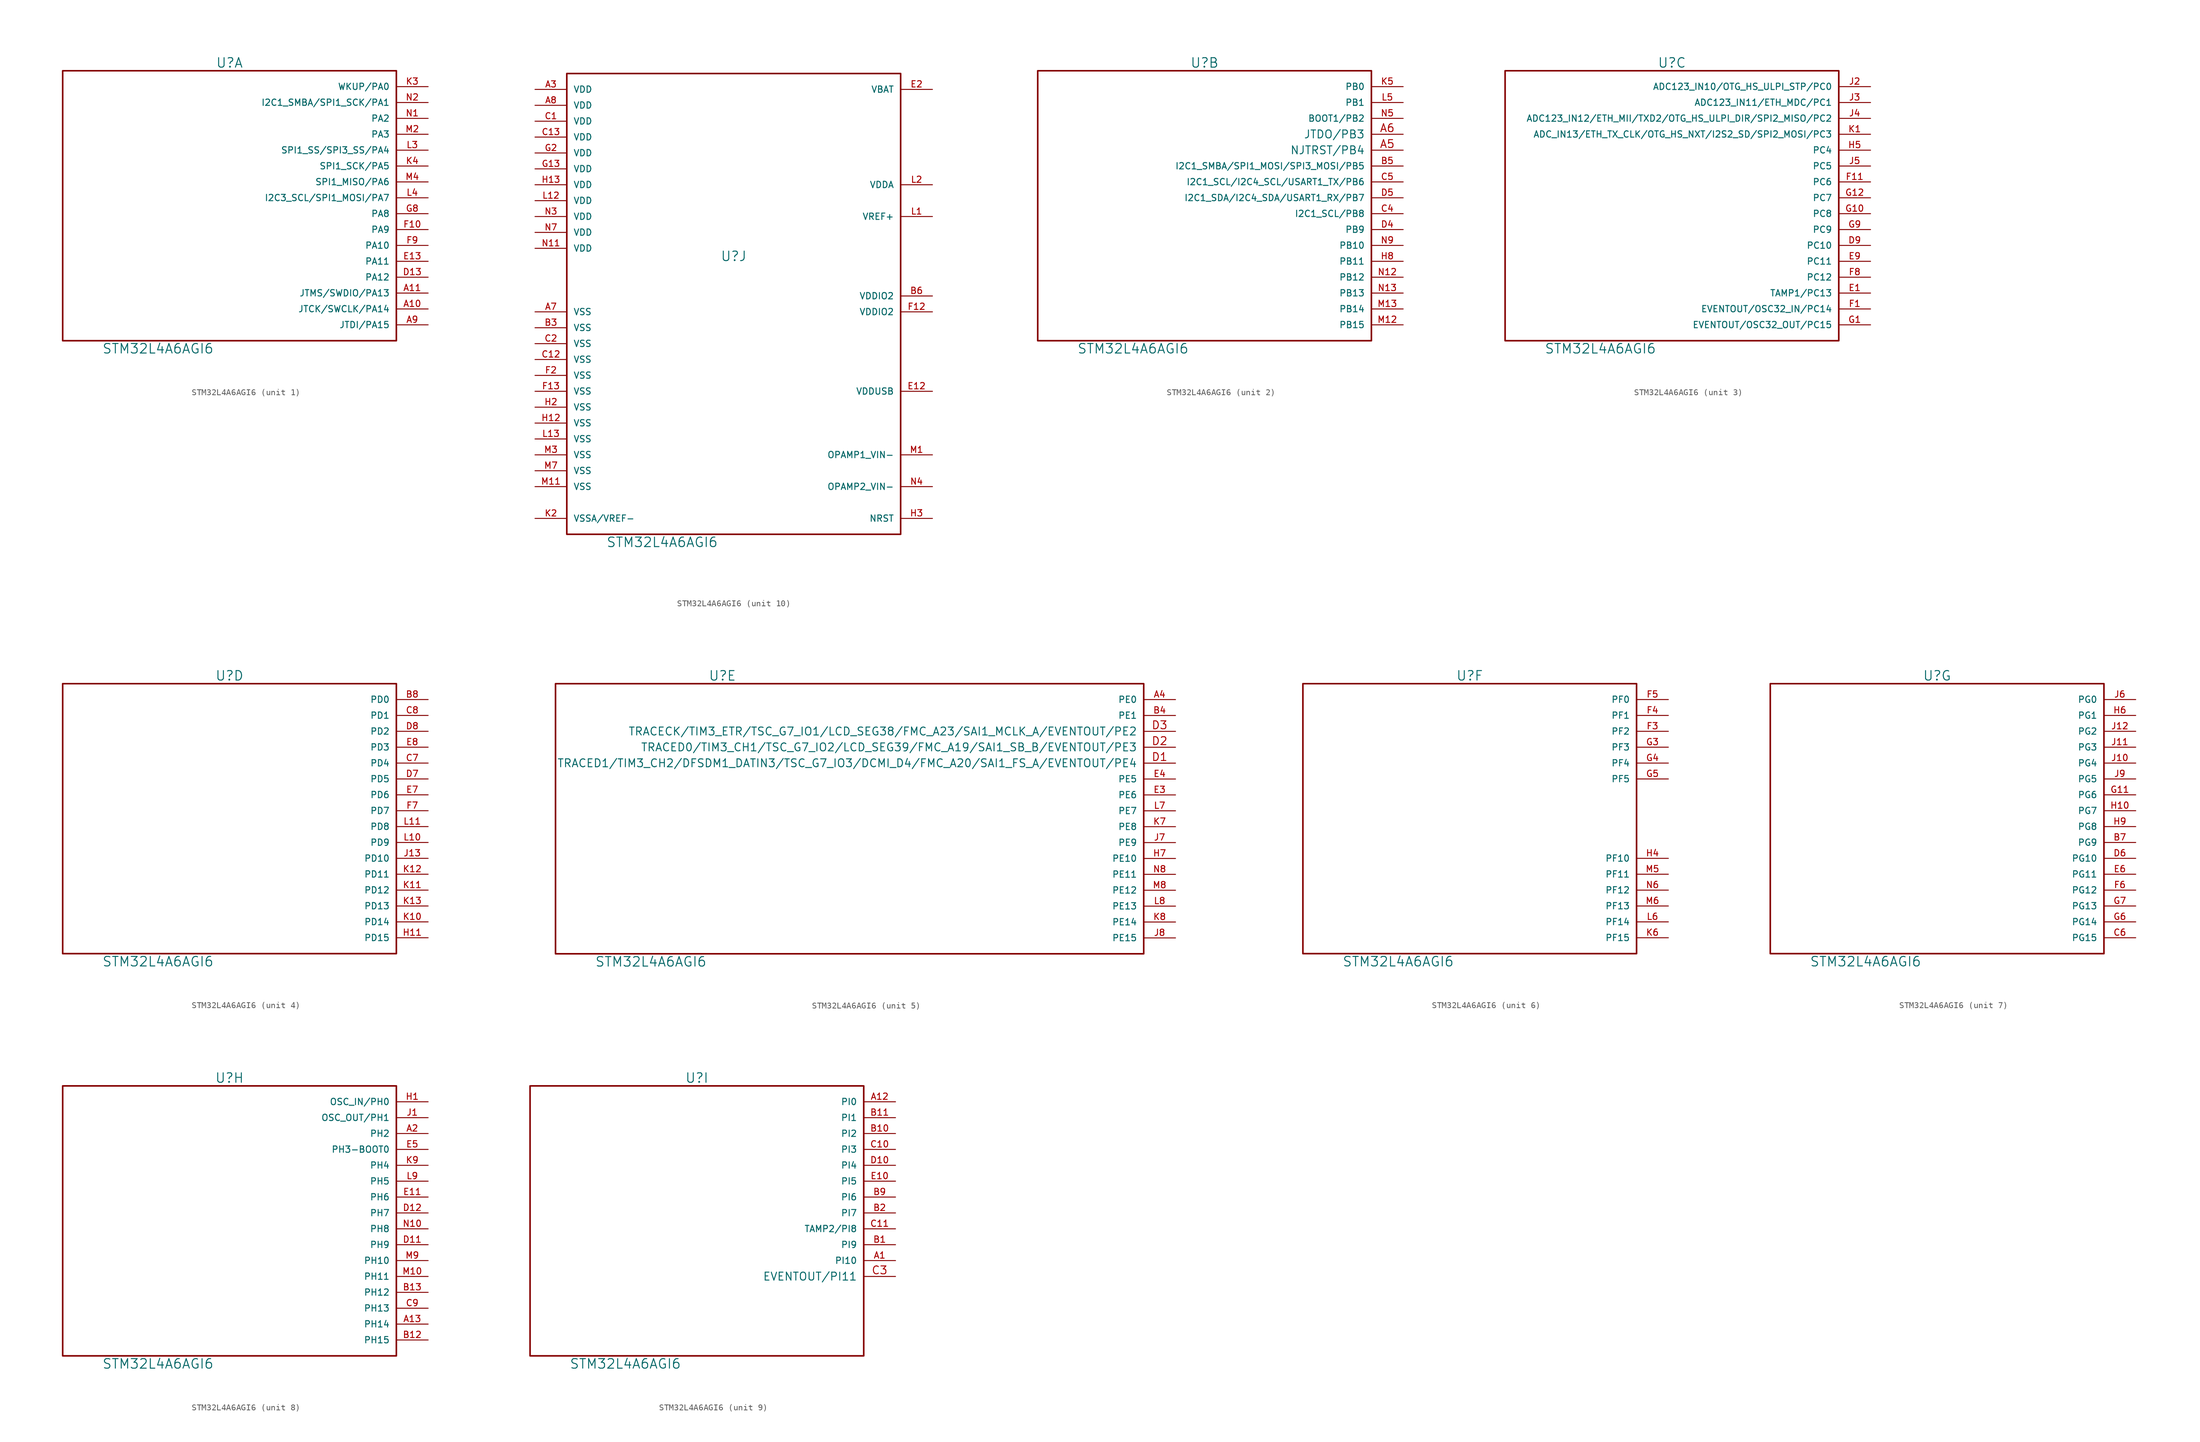
<source format=kicad_sym>
(kicad_symbol_lib
  (version 20220914)
  (generator kicad_symbol_editor)
  (symbol "STM32L4A6AGI6"
    (pin_names
      (offset 1.016))
    (property "Reference" "U"
      (at 26.67 44.45 0)
      (effects (font (size 1.524 1.524))))
    (property "Value" "STM32L4A6AGI6"
      (at 15.24 -1.27 0)
      (effects (font (size 1.524 1.524))))
    (property "ki_locked" ""
      (at 0 0 0)
      (effects (font (size 1.27 1.27))))
    (symbol "STM32L4A6AGI6_1_1"
      (rectangle (start 0 43.18) (end 53.34 0) (stroke (width 0.254) (type solid)) (fill (type none)))
      (pin bidirectional line (at 58.42 5.08 180) (length 5.08) (name "JTCK/SWCLK/PA14" (effects (font (size 1.016 1.016)))) (number "A10" (effects (font (size 1.016 1.016)))))
      (pin bidirectional line (at 58.42 7.62 180) (length 5.08) (name "JTMS/SWDIO/PA13" (effects (font (size 1.016 1.016)))) (number "A11" (effects (font (size 1.016 1.016)))))
      (pin bidirectional line (at 58.42 2.54 180) (length 5.08) (name "JTDI/PA15" (effects (font (size 1.016 1.016)))) (number "A9" (effects (font (size 1.016 1.016)))))
      (pin bidirectional line (at 58.42 10.16 180) (length 5.08) (name "PA12" (effects (font (size 1.016 1.016)))) (number "D13" (effects (font (size 1.016 1.016)))))
      (pin bidirectional line (at 58.42 12.7 180) (length 5.08) (name "PA11" (effects (font (size 1.016 1.016)))) (number "E13" (effects (font (size 1.016 1.016)))))
      (pin bidirectional line (at 58.42 17.78 180) (length 5.08) (name "PA9" (effects (font (size 1.016 1.016)))) (number "F10" (effects (font (size 1.016 1.016)))))
      (pin bidirectional line (at 58.42 15.24 180) (length 5.08) (name "PA10" (effects (font (size 1.016 1.016)))) (number "F9" (effects (font (size 1.016 1.016)))))
      (pin bidirectional line (at 58.42 20.32 180) (length 5.08) (name "PA8" (effects (font (size 1.016 1.016)))) (number "G8" (effects (font (size 1.016 1.016)))))
      (pin bidirectional line (at 58.42 40.64 180) (length 5.08) (name "WKUP/PA0" (effects (font (size 1.016 1.016)))) (number "K3" (effects (font (size 1.016 1.016)))))
      (pin bidirectional line (at 58.42 27.94 180) (length 5.08) (name "SPI1_SCK/PA5" (effects (font (size 1.016 1.016)))) (number "K4" (effects (font (size 1.016 1.016)))))
      (pin bidirectional line (at 58.42 30.48 180) (length 5.08) (name "SPI1_SS/SPI3_SS/PA4" (effects (font (size 1.016 1.016)))) (number "L3" (effects (font (size 1.016 1.016)))))
      (pin bidirectional line (at 58.42 22.86 180) (length 5.08) (name "I2C3_SCL/SPI1_MOSI/PA7" (effects (font (size 1.016 1.016)))) (number "L4" (effects (font (size 1.016 1.016)))))
      (pin bidirectional line (at 58.42 33.02 180) (length 5.08) (name "PA3" (effects (font (size 1.016 1.016)))) (number "M2" (effects (font (size 1.016 1.016)))))
      (pin bidirectional line (at 58.42 25.4 180) (length 5.08) (name "SPI1_MISO/PA6" (effects (font (size 1.016 1.016)))) (number "M4" (effects (font (size 1.016 1.016)))))
      (pin bidirectional line (at 58.42 35.56 180) (length 5.08) (name "PA2" (effects (font (size 1.016 1.016)))) (number "N1" (effects (font (size 1.016 1.016)))))
      (pin bidirectional line (at 58.42 38.1 180) (length 5.08) (name "I2C1_SMBA/SPI1_SCK/PA1" (effects (font (size 1.016 1.016)))) (number "N2" (effects (font (size 1.016 1.016))))))
    (symbol "STM32L4A6AGI6_2_1"
      (rectangle (start 53.34 0) (end 0 43.18) (stroke (width 0.254) (type solid)) (fill (type none)))
      (pin bidirectional line (at 58.42 30.48 180) (length 5.08) (name "NJTRST/PB4" (effects (font (size 1.27 1.27)))) (number "A5" (effects (font (size 1.27 1.27)))))
      (pin bidirectional line (at 58.42 33.02 180) (length 5.08) (name "JTDO/PB3" (effects (font (size 1.27 1.27)))) (number "A6" (effects (font (size 1.27 1.27)))))
      (pin bidirectional line (at 58.42 27.94 180) (length 5.08) (name "I2C1_SMBA/SPI1_MOSI/SPI3_MOSI/PB5" (effects (font (size 1.016 1.016)))) (number "B5" (effects (font (size 1.016 1.016)))))
      (pin bidirectional line (at 58.42 20.32 180) (length 5.08) (name "I2C1_SCL/PB8" (effects (font (size 1.016 1.016)))) (number "C4" (effects (font (size 1.016 1.016)))))
      (pin bidirectional line (at 58.42 25.4 180) (length 5.08) (name "I2C1_SCL/I2C4_SCL/USART1_TX/PB6" (effects (font (size 1.016 1.016)))) (number "C5" (effects (font (size 1.016 1.016)))))
      (pin bidirectional line (at 58.42 17.78 180) (length 5.08) (name "PB9" (effects (font (size 1.016 1.016)))) (number "D4" (effects (font (size 1.016 1.016)))))
      (pin bidirectional line (at 58.42 22.86 180) (length 5.08) (name "I2C1_SDA/I2C4_SDA/USART1_RX/PB7" (effects (font (size 1.016 1.016)))) (number "D5" (effects (font (size 1.016 1.016)))))
      (pin bidirectional line (at 58.42 12.7 180) (length 5.08) (name "PB11" (effects (font (size 1.016 1.016)))) (number "H8" (effects (font (size 1.016 1.016)))))
      (pin bidirectional line (at 58.42 40.64 180) (length 5.08) (name "PB0" (effects (font (size 1.016 1.016)))) (number "K5" (effects (font (size 1.016 1.016)))))
      (pin bidirectional line (at 58.42 38.1 180) (length 5.08) (name "PB1" (effects (font (size 1.016 1.016)))) (number "L5" (effects (font (size 1.016 1.016)))))
      (pin bidirectional line (at 58.42 2.54 180) (length 5.08) (name "PB15" (effects (font (size 1.016 1.016)))) (number "M12" (effects (font (size 1.016 1.016)))))
      (pin bidirectional line (at 58.42 5.08 180) (length 5.08) (name "PB14" (effects (font (size 1.016 1.016)))) (number "M13" (effects (font (size 1.016 1.016)))))
      (pin bidirectional line (at 58.42 10.16 180) (length 5.08) (name "PB12" (effects (font (size 1.016 1.016)))) (number "N12" (effects (font (size 1.016 1.016)))))
      (pin bidirectional line (at 58.42 7.62 180) (length 5.08) (name "PB13" (effects (font (size 1.016 1.016)))) (number "N13" (effects (font (size 1.016 1.016)))))
      (pin bidirectional line (at 58.42 35.56 180) (length 5.08) (name "BOOT1/PB2" (effects (font (size 1.016 1.016)))) (number "N5" (effects (font (size 1.016 1.016)))))
      (pin bidirectional line (at 58.42 15.24 180) (length 5.08) (name "PB10" (effects (font (size 1.016 1.016)))) (number "N9" (effects (font (size 1.016 1.016))))))
    (symbol "STM32L4A6AGI6_3_1"
      (rectangle (start 53.34 0) (end 0 43.18) (stroke (width 0.254) (type solid)) (fill (type none)))
      (pin bidirectional line (at 58.42 15.24 180) (length 5.08) (name "PC10" (effects (font (size 1.016 1.016)))) (number "D9" (effects (font (size 1.016 1.016)))))
      (pin bidirectional line (at 58.42 7.62 180) (length 5.08) (name "TAMP1/PC13" (effects (font (size 1.016 1.016)))) (number "E1" (effects (font (size 1.016 1.016)))))
      (pin bidirectional line (at 58.42 12.7 180) (length 5.08) (name "PC11" (effects (font (size 1.016 1.016)))) (number "E9" (effects (font (size 1.016 1.016)))))
      (pin bidirectional line (at 58.42 5.08 180) (length 5.08) (name "EVENTOUT/OSC32_IN/PC14" (effects (font (size 1.016 1.016)))) (number "F1" (effects (font (size 1.016 1.016)))))
      (pin bidirectional line (at 58.42 25.4 180) (length 5.08) (name "PC6" (effects (font (size 1.016 1.016)))) (number "F11" (effects (font (size 1.016 1.016)))))
      (pin bidirectional line (at 58.42 10.16 180) (length 5.08) (name "PC12" (effects (font (size 1.016 1.016)))) (number "F8" (effects (font (size 1.016 1.016)))))
      (pin bidirectional line (at 58.42 2.54 180) (length 5.08) (name "EVENTOUT/OSC32_OUT/PC15" (effects (font (size 1.016 1.016)))) (number "G1" (effects (font (size 1.016 1.016)))))
      (pin bidirectional line (at 58.42 20.32 180) (length 5.08) (name "PC8" (effects (font (size 1.016 1.016)))) (number "G10" (effects (font (size 1.016 1.016)))))
      (pin bidirectional line (at 58.42 22.86 180) (length 5.08) (name "PC7" (effects (font (size 1.016 1.016)))) (number "G12" (effects (font (size 1.016 1.016)))))
      (pin bidirectional line (at 58.42 17.78 180) (length 5.08) (name "PC9" (effects (font (size 1.016 1.016)))) (number "G9" (effects (font (size 1.016 1.016)))))
      (pin bidirectional line (at 58.42 30.48 180) (length 5.08) (name "PC4" (effects (font (size 1.016 1.016)))) (number "H5" (effects (font (size 1.016 1.016)))))
      (pin bidirectional line (at 58.42 40.64 180) (length 5.08) (name "ADC123_IN10/OTG_HS_ULPI_STP/PC0" (effects (font (size 1.016 1.016)))) (number "J2" (effects (font (size 1.016 1.016)))))
      (pin bidirectional line (at 58.42 38.1 180) (length 5.08) (name "ADC123_IN11/ETH_MDC/PC1" (effects (font (size 1.016 1.016)))) (number "J3" (effects (font (size 1.016 1.016)))))
      (pin bidirectional line (at 58.42 35.56 180) (length 5.08) (name "ADC123_IN12/ETH_MII/TXD2/OTG_HS_ULPI_DIR/SPI2_MISO/PC2" (effects (font (size 1.016 1.016)))) (number "J4" (effects (font (size 1.016 1.016)))))
      (pin bidirectional line (at 58.42 27.94 180) (length 5.08) (name "PC5" (effects (font (size 1.016 1.016)))) (number "J5" (effects (font (size 1.016 1.016)))))
      (pin bidirectional line (at 58.42 33.02 180) (length 5.08) (name "ADC_IN13/ETH_TX_CLK/OTG_HS_NXT/I2S2_SD/SPI2_MOSI/PC3" (effects (font (size 1.016 1.016)))) (number "K1" (effects (font (size 1.016 1.016))))))
    (symbol "STM32L4A6AGI6_4_1"
      (rectangle (start 53.34 0) (end 0 43.18) (stroke (width 0.254) (type solid)) (fill (type none)))
      (pin bidirectional line (at 58.42 40.64 180) (length 5.08) (name "PD0" (effects (font (size 1.016 1.016)))) (number "B8" (effects (font (size 1.016 1.016)))))
      (pin bidirectional line (at 58.42 30.48 180) (length 5.08) (name "PD4" (effects (font (size 1.016 1.016)))) (number "C7" (effects (font (size 1.016 1.016)))))
      (pin bidirectional line (at 58.42 38.1 180) (length 5.08) (name "PD1" (effects (font (size 1.016 1.016)))) (number "C8" (effects (font (size 1.016 1.016)))))
      (pin bidirectional line (at 58.42 27.94 180) (length 5.08) (name "PD5" (effects (font (size 1.016 1.016)))) (number "D7" (effects (font (size 1.016 1.016)))))
      (pin bidirectional line (at 58.42 35.56 180) (length 5.08) (name "PD2" (effects (font (size 1.016 1.016)))) (number "D8" (effects (font (size 1.016 1.016)))))
      (pin bidirectional line (at 58.42 25.4 180) (length 5.08) (name "PD6" (effects (font (size 1.016 1.016)))) (number "E7" (effects (font (size 1.016 1.016)))))
      (pin bidirectional line (at 58.42 33.02 180) (length 5.08) (name "PD3" (effects (font (size 1.016 1.016)))) (number "E8" (effects (font (size 1.016 1.016)))))
      (pin bidirectional line (at 58.42 22.86 180) (length 5.08) (name "PD7" (effects (font (size 1.016 1.016)))) (number "F7" (effects (font (size 1.016 1.016)))))
      (pin bidirectional line (at 58.42 2.54 180) (length 5.08) (name "PD15" (effects (font (size 1.016 1.016)))) (number "H11" (effects (font (size 1.016 1.016)))))
      (pin bidirectional line (at 58.42 15.24 180) (length 5.08) (name "PD10" (effects (font (size 1.016 1.016)))) (number "J13" (effects (font (size 1.016 1.016)))))
      (pin bidirectional line (at 58.42 5.08 180) (length 5.08) (name "PD14" (effects (font (size 1.016 1.016)))) (number "K10" (effects (font (size 1.016 1.016)))))
      (pin bidirectional line (at 58.42 10.16 180) (length 5.08) (name "PD12" (effects (font (size 1.016 1.016)))) (number "K11" (effects (font (size 1.016 1.016)))))
      (pin bidirectional line (at 58.42 12.7 180) (length 5.08) (name "PD11" (effects (font (size 1.016 1.016)))) (number "K12" (effects (font (size 1.016 1.016)))))
      (pin bidirectional line (at 58.42 7.62 180) (length 5.08) (name "PD13" (effects (font (size 1.016 1.016)))) (number "K13" (effects (font (size 1.016 1.016)))))
      (pin bidirectional line (at 58.42 17.78 180) (length 5.08) (name "PD9" (effects (font (size 1.016 1.016)))) (number "L10" (effects (font (size 1.016 1.016)))))
      (pin bidirectional line (at 58.42 20.32 180) (length 5.08) (name "PD8" (effects (font (size 1.016 1.016)))) (number "L11" (effects (font (size 1.016 1.016))))))
    (symbol "STM32L4A6AGI6_5_1"
      (rectangle (start 0 43.18) (end 93.98 0) (stroke (width 0.254) (type solid)) (fill (type none)))
      (pin bidirectional line (at 99.06 40.64 180) (length 5.08) (name "PE0" (effects (font (size 1.016 1.016)))) (number "A4" (effects (font (size 1.016 1.016)))))
      (pin bidirectional line (at 99.06 38.1 180) (length 5.08) (name "PE1" (effects (font (size 1.016 1.016)))) (number "B4" (effects (font (size 1.016 1.016)))))
      (pin bidirectional line (at 99.06 30.48 180) (length 5.08) (name "TRACED1/TIM3_CH2/DFSDM1_DATIN3/TSC_G7_IO3/DCMI_D4/FMC_A20/SAI1_FS_A/EVENTOUT/PE4" (effects (font (size 1.27 1.27)))) (number "D1" (effects (font (size 1.27 1.27)))))
      (pin bidirectional line (at 99.06 33.02 180) (length 5.08) (name "TRACED0/TIM3_CH1/TSC_G7_IO2/LCD_SEG39/FMC_A19/SAI1_SB_B/EVENTOUT/PE3" (effects (font (size 1.27 1.27)))) (number "D2" (effects (font (size 1.27 1.27)))))
      (pin bidirectional line (at 99.06 35.56 180) (length 5.08) (name "TRACECK/TIM3_ETR/TSC_G7_IO1/LCD_SEG38/FMC_A23/SAI1_MCLK_A/EVENTOUT/PE2" (effects (font (size 1.27 1.27)))) (number "D3" (effects (font (size 1.27 1.27)))))
      (pin bidirectional line (at 99.06 25.4 180) (length 5.08) (name "PE6" (effects (font (size 1.016 1.016)))) (number "E3" (effects (font (size 1.016 1.016)))))
      (pin bidirectional line (at 99.06 27.94 180) (length 5.08) (name "PE5" (effects (font (size 1.016 1.016)))) (number "E4" (effects (font (size 1.016 1.016)))))
      (pin bidirectional line (at 99.06 15.24 180) (length 5.08) (name "PE10" (effects (font (size 1.016 1.016)))) (number "H7" (effects (font (size 1.016 1.016)))))
      (pin bidirectional line (at 99.06 17.78 180) (length 5.08) (name "PE9" (effects (font (size 1.016 1.016)))) (number "J7" (effects (font (size 1.016 1.016)))))
      (pin bidirectional line (at 99.06 2.54 180) (length 5.08) (name "PE15" (effects (font (size 1.016 1.016)))) (number "J8" (effects (font (size 1.016 1.016)))))
      (pin bidirectional line (at 99.06 20.32 180) (length 5.08) (name "PE8" (effects (font (size 1.016 1.016)))) (number "K7" (effects (font (size 1.016 1.016)))))
      (pin bidirectional line (at 99.06 5.08 180) (length 5.08) (name "PE14" (effects (font (size 1.016 1.016)))) (number "K8" (effects (font (size 1.016 1.016)))))
      (pin bidirectional line (at 99.06 22.86 180) (length 5.08) (name "PE7" (effects (font (size 1.016 1.016)))) (number "L7" (effects (font (size 1.016 1.016)))))
      (pin bidirectional line (at 99.06 7.62 180) (length 5.08) (name "PE13" (effects (font (size 1.016 1.016)))) (number "L8" (effects (font (size 1.016 1.016)))))
      (pin bidirectional line (at 99.06 10.16 180) (length 5.08) (name "PE12" (effects (font (size 1.016 1.016)))) (number "M8" (effects (font (size 1.016 1.016)))))
      (pin bidirectional line (at 99.06 12.7 180) (length 5.08) (name "PE11" (effects (font (size 1.016 1.016)))) (number "N8" (effects (font (size 1.016 1.016))))))
    (symbol "STM32L4A6AGI6_6_1"
      (rectangle (start 0 43.18) (end 53.34 0) (stroke (width 0.254) (type solid)) (fill (type none)))
      (pin bidirectional line (at 58.42 35.56 180) (length 5.08) (name "PF2" (effects (font (size 1.016 1.016)))) (number "F3" (effects (font (size 1.016 1.016)))))
      (pin bidirectional line (at 58.42 38.1 180) (length 5.08) (name "PF1" (effects (font (size 1.016 1.016)))) (number "F4" (effects (font (size 1.016 1.016)))))
      (pin bidirectional line (at 58.42 40.64 180) (length 5.08) (name "PF0" (effects (font (size 1.016 1.016)))) (number "F5" (effects (font (size 1.016 1.016)))))
      (pin bidirectional line (at 58.42 33.02 180) (length 5.08) (name "PF3" (effects (font (size 1.016 1.016)))) (number "G3" (effects (font (size 1.016 1.016)))))
      (pin bidirectional line (at 58.42 30.48 180) (length 5.08) (name "PF4" (effects (font (size 1.016 1.016)))) (number "G4" (effects (font (size 1.016 1.016)))))
      (pin bidirectional line (at 58.42 27.94 180) (length 5.08) (name "PF5" (effects (font (size 1.016 1.016)))) (number "G5" (effects (font (size 1.016 1.016)))))
      (pin bidirectional line (at 58.42 15.24 180) (length 5.08) (name "PF10" (effects (font (size 1.016 1.016)))) (number "H4" (effects (font (size 1.016 1.016)))))
      (pin bidirectional line (at 58.42 2.54 180) (length 5.08) (name "PF15" (effects (font (size 1.016 1.016)))) (number "K6" (effects (font (size 1.016 1.016)))))
      (pin bidirectional line (at 58.42 5.08 180) (length 5.08) (name "PF14" (effects (font (size 1.016 1.016)))) (number "L6" (effects (font (size 1.016 1.016)))))
      (pin bidirectional line (at 58.42 12.7 180) (length 5.08) (name "PF11" (effects (font (size 1.016 1.016)))) (number "M5" (effects (font (size 1.016 1.016)))))
      (pin bidirectional line (at 58.42 7.62 180) (length 5.08) (name "PF13" (effects (font (size 1.016 1.016)))) (number "M6" (effects (font (size 1.016 1.016)))))
      (pin bidirectional line (at 58.42 10.16 180) (length 5.08) (name "PF12" (effects (font (size 1.016 1.016)))) (number "N6" (effects (font (size 1.016 1.016))))))
    (symbol "STM32L4A6AGI6_7_1"
      (rectangle (start 0 43.18) (end 53.34 0) (stroke (width 0.254) (type solid)) (fill (type none)))
      (pin bidirectional line (at 58.42 17.78 180) (length 5.08) (name "PG9" (effects (font (size 1.016 1.016)))) (number "B7" (effects (font (size 1.016 1.016)))))
      (pin bidirectional line (at 58.42 2.54 180) (length 5.08) (name "PG15" (effects (font (size 1.016 1.016)))) (number "C6" (effects (font (size 1.016 1.016)))))
      (pin bidirectional line (at 58.42 15.24 180) (length 5.08) (name "PG10" (effects (font (size 1.016 1.016)))) (number "D6" (effects (font (size 1.016 1.016)))))
      (pin bidirectional line (at 58.42 12.7 180) (length 5.08) (name "PG11" (effects (font (size 1.016 1.016)))) (number "E6" (effects (font (size 1.016 1.016)))))
      (pin bidirectional line (at 58.42 10.16 180) (length 5.08) (name "PG12" (effects (font (size 1.016 1.016)))) (number "F6" (effects (font (size 1.016 1.016)))))
      (pin bidirectional line (at 58.42 25.4 180) (length 5.08) (name "PG6" (effects (font (size 1.016 1.016)))) (number "G11" (effects (font (size 1.016 1.016)))))
      (pin bidirectional line (at 58.42 5.08 180) (length 5.08) (name "PG14" (effects (font (size 1.016 1.016)))) (number "G6" (effects (font (size 1.016 1.016)))))
      (pin bidirectional line (at 58.42 7.62 180) (length 5.08) (name "PG13" (effects (font (size 1.016 1.016)))) (number "G7" (effects (font (size 1.016 1.016)))))
      (pin bidirectional line (at 58.42 22.86 180) (length 5.08) (name "PG7" (effects (font (size 1.016 1.016)))) (number "H10" (effects (font (size 1.016 1.016)))))
      (pin bidirectional line (at 58.42 38.1 180) (length 5.08) (name "PG1" (effects (font (size 1.016 1.016)))) (number "H6" (effects (font (size 1.016 1.016)))))
      (pin bidirectional line (at 58.42 20.32 180) (length 5.08) (name "PG8" (effects (font (size 1.016 1.016)))) (number "H9" (effects (font (size 1.016 1.016)))))
      (pin bidirectional line (at 58.42 30.48 180) (length 5.08) (name "PG4" (effects (font (size 1.016 1.016)))) (number "J10" (effects (font (size 1.016 1.016)))))
      (pin bidirectional line (at 58.42 33.02 180) (length 5.08) (name "PG3" (effects (font (size 1.016 1.016)))) (number "J11" (effects (font (size 1.016 1.016)))))
      (pin bidirectional line (at 58.42 35.56 180) (length 5.08) (name "PG2" (effects (font (size 1.016 1.016)))) (number "J12" (effects (font (size 1.016 1.016)))))
      (pin bidirectional line (at 58.42 40.64 180) (length 5.08) (name "PG0" (effects (font (size 1.016 1.016)))) (number "J6" (effects (font (size 1.016 1.016)))))
      (pin bidirectional line (at 58.42 27.94 180) (length 5.08) (name "PG5" (effects (font (size 1.016 1.016)))) (number "J9" (effects (font (size 1.016 1.016))))))
    (symbol "STM32L4A6AGI6_8_1"
      (rectangle (start 0 43.18) (end 53.34 0) (stroke (width 0.254) (type solid)) (fill (type none)))
      (pin bidirectional line (at 58.42 5.08 180) (length 5.08) (name "PH14" (effects (font (size 1.016 1.016)))) (number "A13" (effects (font (size 1.016 1.016)))))
      (pin bidirectional line (at 58.42 35.56 180) (length 5.08) (name "PH2" (effects (font (size 1.016 1.016)))) (number "A2" (effects (font (size 1.016 1.016)))))
      (pin bidirectional line (at 58.42 2.54 180) (length 5.08) (name "PH15" (effects (font (size 1.016 1.016)))) (number "B12" (effects (font (size 1.016 1.016)))))
      (pin bidirectional line (at 58.42 10.16 180) (length 5.08) (name "PH12" (effects (font (size 1.016 1.016)))) (number "B13" (effects (font (size 1.016 1.016)))))
      (pin bidirectional line (at 58.42 7.62 180) (length 5.08) (name "PH13" (effects (font (size 1.016 1.016)))) (number "C9" (effects (font (size 1.016 1.016)))))
      (pin bidirectional line (at 58.42 17.78 180) (length 5.08) (name "PH9" (effects (font (size 1.016 1.016)))) (number "D11" (effects (font (size 1.016 1.016)))))
      (pin bidirectional line (at 58.42 22.86 180) (length 5.08) (name "PH7" (effects (font (size 1.016 1.016)))) (number "D12" (effects (font (size 1.016 1.016)))))
      (pin bidirectional line (at 58.42 25.4 180) (length 5.08) (name "PH6" (effects (font (size 1.016 1.016)))) (number "E11" (effects (font (size 1.016 1.016)))))
      (pin bidirectional line (at 58.42 33.02 180) (length 5.08) (name "PH3-BOOT0" (effects (font (size 1.016 1.016)))) (number "E5" (effects (font (size 1.016 1.016)))))
      (pin bidirectional line (at 58.42 40.64 180) (length 5.08) (name "OSC_IN/PH0" (effects (font (size 1.016 1.016)))) (number "H1" (effects (font (size 1.016 1.016)))))
      (pin bidirectional line (at 58.42 38.1 180) (length 5.08) (name "OSC_OUT/PH1" (effects (font (size 1.016 1.016)))) (number "J1" (effects (font (size 1.016 1.016)))))
      (pin bidirectional line (at 58.42 30.48 180) (length 5.08) (name "PH4" (effects (font (size 1.016 1.016)))) (number "K9" (effects (font (size 1.016 1.016)))))
      (pin bidirectional line (at 58.42 27.94 180) (length 5.08) (name "PH5" (effects (font (size 1.016 1.016)))) (number "L9" (effects (font (size 1.016 1.016)))))
      (pin bidirectional line (at 58.42 12.7 180) (length 5.08) (name "PH11" (effects (font (size 1.016 1.016)))) (number "M10" (effects (font (size 1.016 1.016)))))
      (pin bidirectional line (at 58.42 15.24 180) (length 5.08) (name "PH10" (effects (font (size 1.016 1.016)))) (number "M9" (effects (font (size 1.016 1.016)))))
      (pin bidirectional line (at 58.42 20.32 180) (length 5.08) (name "PH8" (effects (font (size 1.016 1.016)))) (number "N10" (effects (font (size 1.016 1.016))))))
    (symbol "STM32L4A6AGI6_9_1"
      (rectangle (start 0 43.18) (end 53.34 0) (stroke (width 0.254) (type solid)) (fill (type none)))
      (pin bidirectional line (at 58.42 15.24 180) (length 5.08) (name "PI10" (effects (font (size 1.016 1.016)))) (number "A1" (effects (font (size 1.016 1.016)))))
      (pin bidirectional line (at 58.42 40.64 180) (length 5.08) (name "PI0" (effects (font (size 1.016 1.016)))) (number "A12" (effects (font (size 1.016 1.016)))))
      (pin bidirectional line (at 58.42 17.78 180) (length 5.08) (name "PI9" (effects (font (size 1.016 1.016)))) (number "B1" (effects (font (size 1.016 1.016)))))
      (pin bidirectional line (at 58.42 35.56 180) (length 5.08) (name "PI2" (effects (font (size 1.016 1.016)))) (number "B10" (effects (font (size 1.016 1.016)))))
      (pin bidirectional line (at 58.42 38.1 180) (length 5.08) (name "PI1" (effects (font (size 1.016 1.016)))) (number "B11" (effects (font (size 1.016 1.016)))))
      (pin bidirectional line (at 58.42 22.86 180) (length 5.08) (name "PI7" (effects (font (size 1.016 1.016)))) (number "B2" (effects (font (size 1.016 1.016)))))
      (pin bidirectional line (at 58.42 25.4 180) (length 5.08) (name "PI6" (effects (font (size 1.016 1.016)))) (number "B9" (effects (font (size 1.016 1.016)))))
      (pin bidirectional line (at 58.42 33.02 180) (length 5.08) (name "PI3" (effects (font (size 1.016 1.016)))) (number "C10" (effects (font (size 1.016 1.016)))))
      (pin bidirectional line (at 58.42 20.32 180) (length 5.08) (name "TAMP2/PI8" (effects (font (size 1.016 1.016)))) (number "C11" (effects (font (size 1.016 1.016)))))
      (pin bidirectional line (at 58.42 12.7 180) (length 5.08) (name "EVENTOUT/PI11" (effects (font (size 1.27 1.27)))) (number "C3" (effects (font (size 1.27 1.27)))))
      (pin bidirectional line (at 58.42 30.48 180) (length 5.08) (name "PI4" (effects (font (size 1.016 1.016)))) (number "D10" (effects (font (size 1.016 1.016)))))
      (pin bidirectional line (at 58.42 27.94 180) (length 5.08) (name "PI5" (effects (font (size 1.016 1.016)))) (number "E10" (effects (font (size 1.016 1.016))))))
    (symbol "STM32L4A6AGI6_10_1"
      (rectangle (start 0 73.66) (end 53.34 0) (stroke (width 0.254) (type solid)) (fill (type none)))
      (pin power_in line (at -5.08 71.12 0) (length 5.08) (name "VDD" (effects (font (size 1.016 1.016)))) (number "A3" (effects (font (size 0.991 0.991)))))
      (pin power_in line (at -5.08 35.56 0) (length 5.08) (name "VSS" (effects (font (size 1.016 1.016)))) (number "A7" (effects (font (size 1.016 1.016)))))
      (pin power_in line (at -5.08 68.58 0) (length 5.08) (name "VDD" (effects (font (size 1.016 1.016)))) (number "A8" (effects (font (size 0.991 0.991)))))
      (pin power_in line (at -5.08 33.02 0) (length 5.08) (name "VSS" (effects (font (size 1.016 1.016)))) (number "B3" (effects (font (size 1.016 1.016)))))
      (pin power_in line (at 58.42 38.1 180) (length 5.08) (name "VDDIO2" (effects (font (size 1.016 1.016)))) (number "B6" (effects (font (size 1.016 1.016)))))
      (pin power_in line (at -5.08 66.04 0) (length 5.08) (name "VDD" (effects (font (size 1.016 1.016)))) (number "C1" (effects (font (size 0.991 0.991)))))
      (pin power_in line (at -5.08 27.94 0) (length 5.08) (name "VSS" (effects (font (size 1.016 1.016)))) (number "C12" (effects (font (size 1.016 1.016)))))
      (pin power_in line (at -5.08 63.5 0) (length 5.08) (name "VDD" (effects (font (size 1.016 1.016)))) (number "C13" (effects (font (size 0.991 0.991)))))
      (pin power_in line (at -5.08 30.48 0) (length 5.08) (name "VSS" (effects (font (size 1.016 1.016)))) (number "C2" (effects (font (size 1.016 1.016)))))
      (pin power_in line (at 58.42 22.86 180) (length 5.08) (name "VDDUSB" (effects (font (size 1.016 1.016)))) (number "E12" (effects (font (size 1.016 1.016)))))
      (pin power_in line (at 58.42 71.12 180) (length 5.08) (name "VBAT" (effects (font (size 1.016 1.016)))) (number "E2" (effects (font (size 1.016 1.016)))))
      (pin power_in line (at 58.42 35.56 180) (length 5.08) (name "VDDIO2" (effects (font (size 1.016 1.016)))) (number "F12" (effects (font (size 1.016 1.016)))))
      (pin power_in line (at -5.08 22.86 0) (length 5.08) (name "VSS" (effects (font (size 1.016 1.016)))) (number "F13" (effects (font (size 1.016 1.016)))))
      (pin power_in line (at -5.08 25.4 0) (length 5.08) (name "VSS" (effects (font (size 1.016 1.016)))) (number "F2" (effects (font (size 1.016 1.016)))))
      (pin power_in line (at -5.08 58.42 0) (length 5.08) (name "VDD" (effects (font (size 1.016 1.016)))) (number "G13" (effects (font (size 0.991 0.991)))))
      (pin power_in line (at -5.08 60.96 0) (length 5.08) (name "VDD" (effects (font (size 1.016 1.016)))) (number "G2" (effects (font (size 0.991 0.991)))))
      (pin power_in line (at -5.08 17.78 0) (length 5.08) (name "VSS" (effects (font (size 1.016 1.016)))) (number "H12" (effects (font (size 1.016 1.016)))))
      (pin power_in line (at -5.08 55.88 0) (length 5.08) (name "VDD" (effects (font (size 1.016 1.016)))) (number "H13" (effects (font (size 0.991 0.991)))))
      (pin power_in line (at -5.08 20.32 0) (length 5.08) (name "VSS" (effects (font (size 1.016 1.016)))) (number "H2" (effects (font (size 1.016 1.016)))))
      (pin bidirectional line (at 58.42 2.54 180) (length 5.08) (name "NRST" (effects (font (size 1.016 1.016)))) (number "H3" (effects (font (size 1.016 1.016)))))
      (pin power_in line (at -5.08 2.54 0) (length 5.08) (name "VSSA/VREF-" (effects (font (size 1.016 1.016)))) (number "K2" (effects (font (size 0.991 0.991)))))
      (pin power_in line (at 58.42 50.8 180) (length 5.08) (name "VREF+" (effects (font (size 1.016 1.016)))) (number "L1" (effects (font (size 0.991 0.991)))))
      (pin power_in line (at -5.08 53.34 0) (length 5.08) (name "VDD" (effects (font (size 1.016 1.016)))) (number "L12" (effects (font (size 0.991 0.991)))))
      (pin power_in line (at -5.08 15.24 0) (length 5.08) (name "VSS" (effects (font (size 1.016 1.016)))) (number "L13" (effects (font (size 1.016 1.016)))))
      (pin power_in line (at 58.42 55.88 180) (length 5.08) (name "VDDA" (effects (font (size 1.016 1.016)))) (number "L2" (effects (font (size 0.991 0.991)))))
      (pin input line (at 58.42 12.7 180) (length 5.08) (name "OPAMP1_VIN-" (effects (font (size 1.016 1.016)))) (number "M1" (effects (font (size 0.991 0.991)))))
      (pin power_in line (at -5.08 7.62 0) (length 5.08) (name "VSS" (effects (font (size 1.016 1.016)))) (number "M11" (effects (font (size 1.016 1.016)))))
      (pin power_in line (at -5.08 12.7 0) (length 5.08) (name "VSS" (effects (font (size 1.016 1.016)))) (number "M3" (effects (font (size 1.016 1.016)))))
      (pin power_in line (at -5.08 10.16 0) (length 5.08) (name "VSS" (effects (font (size 1.016 1.016)))) (number "M7" (effects (font (size 1.016 1.016)))))
      (pin power_in line (at -5.08 45.72 0) (length 5.08) (name "VDD" (effects (font (size 1.016 1.016)))) (number "N11" (effects (font (size 0.991 0.991)))))
      (pin power_in line (at -5.08 50.8 0) (length 5.08) (name "VDD" (effects (font (size 1.016 1.016)))) (number "N3" (effects (font (size 0.991 0.991)))))
      (pin input line (at 58.42 7.62 180) (length 5.08) (name "OPAMP2_VIN-" (effects (font (size 1.016 1.016)))) (number "N4" (effects (font (size 0.991 0.991)))))
      (pin power_in line (at -5.08 48.26 0) (length 5.08) (name "VDD" (effects (font (size 1.016 1.016)))) (number "N7" (effects (font (size 0.991 0.991))))))))
</source>
